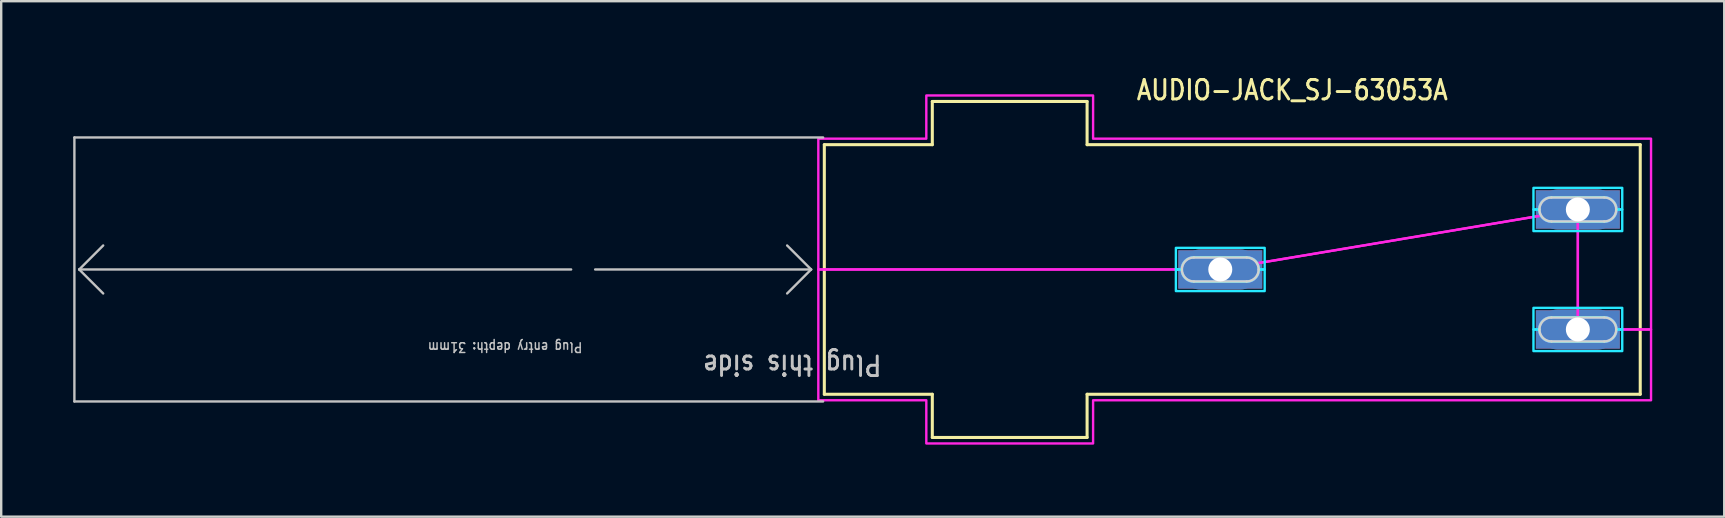
<source format=kicad_pcb>
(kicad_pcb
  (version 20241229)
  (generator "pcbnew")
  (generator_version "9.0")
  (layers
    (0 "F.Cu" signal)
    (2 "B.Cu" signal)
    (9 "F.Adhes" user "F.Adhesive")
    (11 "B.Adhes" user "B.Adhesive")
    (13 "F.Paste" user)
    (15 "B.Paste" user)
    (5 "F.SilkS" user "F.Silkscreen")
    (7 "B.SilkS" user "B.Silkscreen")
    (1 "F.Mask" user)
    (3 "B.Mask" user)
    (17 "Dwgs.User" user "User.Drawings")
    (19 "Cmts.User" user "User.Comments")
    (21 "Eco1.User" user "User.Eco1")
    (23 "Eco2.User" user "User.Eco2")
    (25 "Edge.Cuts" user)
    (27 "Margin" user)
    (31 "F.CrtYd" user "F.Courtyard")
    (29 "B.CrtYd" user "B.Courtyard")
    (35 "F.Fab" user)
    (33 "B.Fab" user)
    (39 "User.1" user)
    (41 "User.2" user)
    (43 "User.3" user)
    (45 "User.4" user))
  (footprint "AUDIO-JACK_SJ-63053A"
    (layer "F.Cu")
    (at 55.25 8.179)
    (property "Reference" "AUDIO-JACK_SJ-63053A" (at -11 -7 0) (unlocked yes) (layer "F.SilkS") (effects (font (size 0.813 0.695) (thickness 0.122)) (justify left bottom)))
    (fp_poly (pts (xy -9.2 -0.8) (xy -5.7 -0.8) (xy -5.7 0.8) (xy -9.2 0.8)) (stroke (width 0) (type solid)) (fill yes) (layer "F.Cu"))
    (fp_poly (pts (xy 5.7 -3.3) (xy 9.2 -3.3) (xy 9.2 -1.7) (xy 5.7 -1.7)) (stroke (width 0) (type solid)) (fill yes) (layer "F.Cu"))
    (fp_poly (pts (xy 5.7 1.7) (xy 9.2 1.7) (xy 9.2 3.3) (xy 5.7 3.3)) (stroke (width 0) (type solid)) (fill yes) (layer "F.Cu"))
    (fp_poly (pts (xy -9.3 -0.9) (xy -5.6 -0.9) (xy -5.6 0.9) (xy -9.3 0.9)) (stroke (width 0) (type solid)) (fill yes) (layer "F.Mask"))
    (fp_poly (pts (xy 5.6 -3.4) (xy 9.3 -3.4) (xy 9.3 -1.6) (xy 5.6 -1.6)) (stroke (width 0) (type solid)) (fill yes) (layer "F.Mask"))
    (fp_poly (pts (xy 5.6 1.6) (xy 9.3 1.6) (xy 9.3 3.4) (xy 5.6 3.4)) (stroke (width 0) (type solid)) (fill yes) (layer "F.Mask"))
    (fp_poly (pts (xy -9.2 -0.8) (xy -5.7 -0.8) (xy -5.7 0.8) (xy -9.2 0.8)) (stroke (width 0) (type solid)) (fill yes) (layer "B.Cu"))
    (fp_poly (pts (xy 5.7 -3.3) (xy 9.2 -3.3) (xy 9.2 -1.7) (xy 5.7 -1.7)) (stroke (width 0) (type solid)) (fill yes) (layer "B.Cu"))
    (fp_poly (pts (xy 5.7 1.7) (xy 9.2 1.7) (xy 9.2 3.3) (xy 5.7 3.3)) (stroke (width 0) (type solid)) (fill yes) (layer "B.Cu"))
    (fp_poly (pts (xy -9.3 -0.9) (xy -5.6 -0.9) (xy -5.6 0.9) (xy -9.3 0.9)) (stroke (width 0) (type solid)) (fill yes) (layer "B.Mask"))
    (fp_poly (pts (xy 5.6 -3.4) (xy 9.3 -3.4) (xy 9.3 -1.6) (xy 5.6 -1.6)) (stroke (width 0) (type solid)) (fill yes) (layer "B.Mask"))
    (fp_poly (pts (xy 5.6 1.6) (xy 9.3 1.6) (xy 9.3 3.4) (xy 5.6 3.4)) (stroke (width 0) (type solid)) (fill yes) (layer "B.Mask"))
    (fp_line (start -23.95 -5.2) (end -23.95 5.2) (stroke (width 0.127) (type solid)) (layer "F.SilkS"))
    (fp_line (start -23.95 -5.2) (end -19.45 -5.2) (stroke (width 0.127) (type solid)) (layer "F.SilkS"))
    (fp_line (start -19.45 -7) (end -13 -7) (stroke (width 0.127) (type solid)) (layer "F.SilkS"))
    (fp_line (start -19.45 -5.2) (end -19.45 -7) (stroke (width 0.127) (type solid)) (layer "F.SilkS"))
    (fp_line (start -19.45 5.2) (end -23.95 5.2) (stroke (width 0.127) (type solid)) (layer "F.SilkS"))
    (fp_line (start -19.45 7) (end -19.45 5.2) (stroke (width 0.127) (type solid)) (layer "F.SilkS"))
    (fp_line (start -13 -7) (end -13 -5.2) (stroke (width 0.127) (type solid)) (layer "F.SilkS"))
    (fp_line (start -13 -5.2) (end 10.05 -5.2) (stroke (width 0.127) (type solid)) (layer "F.SilkS"))
    (fp_line (start -13 5.2) (end -13 7) (stroke (width 0.127) (type solid)) (layer "F.SilkS"))
    (fp_line (start -13 7) (end -19.45 7) (stroke (width 0.127) (type solid)) (layer "F.SilkS"))
    (fp_line (start 10.05 -5.2) (end 10.05 5.2) (stroke (width 0.127) (type solid)) (layer "F.SilkS"))
    (fp_line (start 10.05 5.2) (end -13 5.2) (stroke (width 0.127) (type solid)) (layer "F.SilkS"))
    (fp_line (start -55.2 -5.5) (end -55.2 5.5) (stroke (width 0.1) (type solid)) (layer "Dwgs.User"))
    (fp_line (start -55.2 5.5) (end -24 5.5) (stroke (width 0.1) (type solid)) (layer "Dwgs.User"))
    (fp_line (start -55 0) (end -54 -1) (stroke (width 0.1) (type solid)) (layer "Dwgs.User"))
    (fp_line (start -55 0) (end -54 1) (stroke (width 0.1) (type solid)) (layer "Dwgs.User"))
    (fp_line (start -34.5 0) (end -55 0) (stroke (width 0.1) (type solid)) (layer "Dwgs.User"))
    (fp_line (start -24.5 0) (end -33.5 0) (stroke (width 0.1) (type solid)) (layer "Dwgs.User"))
    (fp_line (start -24.5 0) (end -25.5 -1) (stroke (width 0.1) (type solid)) (layer "Dwgs.User"))
    (fp_line (start -24.5 0) (end -25.5 1) (stroke (width 0.1) (type solid)) (layer "Dwgs.User"))
    (fp_line (start -24 -5.5) (end -55.2 -5.5) (stroke (width 0.1) (type solid)) (layer "Dwgs.User"))
    (fp_line (start -8.55 -0.5) (end -6.35 -0.5) (stroke (width 0.1) (type solid)) (layer "Edge.Cuts"))
    (fp_line (start -6.35 0.5) (end -8.55 0.5) (stroke (width 0.1) (type solid)) (layer "Edge.Cuts"))
    (fp_line (start 6.35 -3) (end 8.55 -3) (stroke (width 0.1) (type solid)) (layer "Edge.Cuts"))
    (fp_line (start 6.35 2) (end 8.55 2) (stroke (width 0.1) (type solid)) (layer "Edge.Cuts"))
    (fp_line (start 8.55 -2) (end 6.35 -2) (stroke (width 0.1) (type solid)) (layer "Edge.Cuts"))
    (fp_line (start 8.55 3) (end 6.35 3) (stroke (width 0.1) (type solid)) (layer "Edge.Cuts"))
    (fp_arc (start -9.05 0) (mid -8.903553 -0.353553) (end -8.55 -0.5) (stroke (width 0.1) (type solid)) (layer "Edge.Cuts"))
    (fp_arc (start -8.55 0.5) (mid -8.903553 0.353553) (end -9.05 0) (stroke (width 0.1) (type solid)) (layer "Edge.Cuts"))
    (fp_arc (start -6.35 -0.5) (mid -5.996447 -0.353553) (end -5.85 0) (stroke (width 0.1) (type solid)) (layer "Edge.Cuts"))
    (fp_arc (start -5.85 0) (mid -5.996447 0.353553) (end -6.35 0.5) (stroke (width 0.1) (type solid)) (layer "Edge.Cuts"))
    (fp_arc (start 5.85 -2.5) (mid 5.996447 -2.853553) (end 6.35 -3) (stroke (width 0.1) (type solid)) (layer "Edge.Cuts"))
    (fp_arc (start 5.85 2.5) (mid 5.996447 2.146447) (end 6.35 2) (stroke (width 0.1) (type solid)) (layer "Edge.Cuts"))
    (fp_arc (start 6.35 -2) (mid 5.996447 -2.146447) (end 5.85 -2.5) (stroke (width 0.1) (type solid)) (layer "Edge.Cuts"))
    (fp_arc (start 6.35 3) (mid 5.996447 2.853553) (end 5.85 2.5) (stroke (width 0.1) (type solid)) (layer "Edge.Cuts"))
    (fp_arc (start 8.55 -3) (mid 8.903553 -2.853553) (end 9.05 -2.5) (stroke (width 0.1) (type solid)) (layer "Edge.Cuts"))
    (fp_arc (start 8.55 2) (mid 8.903553 2.146447) (end 9.05 2.5) (stroke (width 0.1) (type solid)) (layer "Edge.Cuts"))
    (fp_arc (start 9.05 -2.5) (mid 8.903553 -2.146447) (end 8.55 -2) (stroke (width 0.1) (type solid)) (layer "Edge.Cuts"))
    (fp_arc (start 9.05 2.5) (mid 8.903553 2.853553) (end 8.55 3) (stroke (width 0.1) (type solid)) (layer "Edge.Cuts"))
    (fp_poly (pts (xy -5.6 -0.9) (xy -5.6 0) (xy -5.84 0) (xy -5.84 -0.000491) (xy -5.842 -0.05) (xy -5.843 -0.05) (xy -5.85 -0.099) (xy -5.85 -0.1) (xy -5.862 -0.148) (xy -5.862 -0.149) (xy -5.879 -0.195) (xy -5.879 -0.196) (xy -5.9 -0.24) (xy -5.9 -0.241) (xy -5.926 -0.283) (xy -5.926 -0.284) (xy -5.955 -0.323) (xy -5.956 -0.324) (xy -5.989 -0.36) (xy -5.99 -0.361) (xy -6.026 -0.394) (xy -6.027 -0.395) (xy -6.066 -0.424) (xy -6.067 -0.424) (xy -6.109 -0.45) (xy -6.11 -0.45) (xy -6.154 -0.471) (xy -6.155 -0.471) (xy -6.201 -0.488) (xy -6.202 -0.488) (xy -6.25 -0.5) (xy -6.251 -0.5) (xy -6.3 -0.507) (xy -6.301 -0.508) (xy -6.35 -0.51) (xy -6.35 -0.51) (xy -8.55 -0.51) (xy -8.55 -0.51) (xy -8.6 -0.508) (xy -8.6 -0.507) (xy -8.649 -0.5) (xy -8.65 -0.5) (xy -8.698 -0.488) (xy -8.699 -0.488) (xy -8.745 -0.471) (xy -8.746 -0.471) (xy -8.79 -0.45) (xy -8.791 -0.45) (xy -8.833 -0.424) (xy -8.834 -0.424) (xy -8.873 -0.395) (xy -8.874 -0.394) (xy -8.91 -0.361) (xy -8.911 -0.36) (xy -8.944 -0.324) (xy -8.945 -0.323) (xy -8.974 -0.284) (xy -8.974 -0.283) (xy -9 -0.241) (xy -9 -0.24) (xy -9.021 -0.196) (xy -9.021 -0.195) (xy -9.038 -0.149) (xy -9.038 -0.148) (xy -9.05 -0.1) (xy -9.05 -0.099) (xy -9.057 -0.05) (xy -9.058 -0.05) (xy -9.06 -0.000491) (xy -9.06 0) (xy -9.3 0) (xy -9.3 -0.9)) (stroke (width 0.1) (type solid)) (fill no) (layer "B.CrtYd"))
    (fp_poly (pts (xy -5.6 0) (xy -5.6 0.9) (xy -9.3 0.9) (xy -9.3 0) (xy -9.06 0) (xy -9.06 0.000491) (xy -9.058 0.05) (xy -9.057 0.05) (xy -9.05 0.099) (xy -9.05 0.1) (xy -9.038 0.148) (xy -9.038 0.149) (xy -9.021 0.195) (xy -9.021 0.196) (xy -9 0.24) (xy -9 0.241) (xy -8.974 0.283) (xy -8.974 0.284) (xy -8.945 0.323) (xy -8.944 0.324) (xy -8.911 0.36) (xy -8.91 0.361) (xy -8.874 0.394) (xy -8.873 0.395) (xy -8.834 0.424) (xy -8.833 0.424) (xy -8.791 0.45) (xy -8.79 0.45) (xy -8.746 0.471) (xy -8.745 0.471) (xy -8.699 0.488) (xy -8.698 0.488) (xy -8.65 0.5) (xy -8.649 0.5) (xy -8.6 0.507) (xy -8.6 0.508) (xy -8.55 0.51) (xy -8.55 0.51) (xy -6.35 0.51) (xy -6.35 0.51) (xy -6.301 0.508) (xy -6.3 0.507) (xy -6.251 0.5) (xy -6.25 0.5) (xy -6.202 0.488) (xy -6.201 0.488) (xy -6.155 0.471) (xy -6.154 0.471) (xy -6.11 0.45) (xy -6.109 0.45) (xy -6.067 0.424) (xy -6.066 0.424) (xy -6.027 0.395) (xy -6.026 0.394) (xy -5.99 0.361) (xy -5.989 0.36) (xy -5.956 0.324) (xy -5.955 0.323) (xy -5.926 0.284) (xy -5.926 0.283) (xy -5.9 0.241) (xy -5.9 0.24) (xy -5.879 0.196) (xy -5.879 0.195) (xy -5.862 0.149) (xy -5.862 0.148) (xy -5.85 0.1) (xy -5.85 0.099) (xy -5.843 0.05) (xy -5.842 0.05) (xy -5.84 0.000491) (xy -5.84 0)) (stroke (width 0.1) (type solid)) (fill no) (layer "B.CrtYd"))
    (fp_poly (pts (xy 9.3 -3.4) (xy 9.3 -2.5) (xy 9.06 -2.5) (xy 9.06 -2.5) (xy 9.058 -2.55) (xy 9.057 -2.55) (xy 9.05 -2.599) (xy 9.05 -2.6) (xy 9.038 -2.648) (xy 9.038 -2.649) (xy 9.021 -2.695) (xy 9.021 -2.696) (xy 9 -2.74) (xy 9 -2.741) (xy 8.974 -2.783) (xy 8.974 -2.784) (xy 8.945 -2.823) (xy 8.944 -2.824) (xy 8.911 -2.86) (xy 8.91 -2.861) (xy 8.874 -2.894) (xy 8.873 -2.895) (xy 8.834 -2.924) (xy 8.833 -2.924) (xy 8.791 -2.95) (xy 8.79 -2.95) (xy 8.746 -2.971) (xy 8.745 -2.971) (xy 8.699 -2.988) (xy 8.698 -2.988) (xy 8.65 -3) (xy 8.649 -3) (xy 8.6 -3.007) (xy 8.6 -3.008) (xy 8.55 -3.01) (xy 8.55 -3.01) (xy 6.35 -3.01) (xy 6.35 -3.01) (xy 6.301 -3.008) (xy 6.3 -3.007) (xy 6.251 -3) (xy 6.25 -3) (xy 6.202 -2.988) (xy 6.201 -2.988) (xy 6.155 -2.971) (xy 6.154 -2.971) (xy 6.11 -2.95) (xy 6.109 -2.95) (xy 6.067 -2.924) (xy 6.066 -2.924) (xy 6.027 -2.895) (xy 6.026 -2.894) (xy 5.99 -2.861) (xy 5.989 -2.86) (xy 5.956 -2.824) (xy 5.955 -2.823) (xy 5.926 -2.784) (xy 5.926 -2.783) (xy 5.9 -2.741) (xy 5.9 -2.74) (xy 5.879 -2.696) (xy 5.879 -2.695) (xy 5.862 -2.649) (xy 5.862 -2.648) (xy 5.85 -2.6) (xy 5.85 -2.599) (xy 5.843 -2.55) (xy 5.842 -2.55) (xy 5.84 -2.5) (xy 5.84 -2.5) (xy 5.6 -2.5) (xy 5.6 -3.4)) (stroke (width 0.1) (type solid)) (fill no) (layer "B.CrtYd"))
    (fp_poly (pts (xy 9.3 -2.5) (xy 9.3 -1.6) (xy 5.6 -1.6) (xy 5.6 -2.5) (xy 5.84 -2.5) (xy 5.84 -2.5) (xy 5.842 -2.45) (xy 5.843 -2.45) (xy 5.85 -2.401) (xy 5.85 -2.4) (xy 5.862 -2.352) (xy 5.862 -2.351) (xy 5.879 -2.305) (xy 5.879 -2.304) (xy 5.9 -2.26) (xy 5.9 -2.259) (xy 5.926 -2.217) (xy 5.926 -2.216) (xy 5.955 -2.177) (xy 5.956 -2.176) (xy 5.989 -2.14) (xy 5.99 -2.139) (xy 6.026 -2.106) (xy 6.027 -2.105) (xy 6.066 -2.076) (xy 6.067 -2.076) (xy 6.109 -2.05) (xy 6.11 -2.05) (xy 6.154 -2.029) (xy 6.155 -2.029) (xy 6.201 -2.012) (xy 6.202 -2.012) (xy 6.25 -2) (xy 6.251 -2) (xy 6.3 -1.993) (xy 6.301 -1.992) (xy 6.35 -1.99) (xy 6.35 -1.99) (xy 8.55 -1.99) (xy 8.55 -1.99) (xy 8.6 -1.992) (xy 8.6 -1.993) (xy 8.649 -2) (xy 8.65 -2) (xy 8.698 -2.012) (xy 8.699 -2.012) (xy 8.745 -2.029) (xy 8.746 -2.029) (xy 8.79 -2.05) (xy 8.791 -2.05) (xy 8.833 -2.076) (xy 8.834 -2.076) (xy 8.873 -2.105) (xy 8.874 -2.106) (xy 8.91 -2.139) (xy 8.911 -2.14) (xy 8.944 -2.176) (xy 8.945 -2.177) (xy 8.974 -2.216) (xy 8.974 -2.217) (xy 9 -2.259) (xy 9 -2.26) (xy 9.021 -2.304) (xy 9.021 -2.305) (xy 9.038 -2.351) (xy 9.038 -2.352) (xy 9.05 -2.4) (xy 9.05 -2.401) (xy 9.057 -2.45) (xy 9.058 -2.45) (xy 9.06 -2.5) (xy 9.06 -2.5)) (stroke (width 0.1) (type solid)) (fill no) (layer "B.CrtYd"))
    (fp_poly (pts (xy 9.3 1.6) (xy 9.3 2.5) (xy 9.06 2.5) (xy 9.06 2.5) (xy 9.058 2.45) (xy 9.057 2.45) (xy 9.05 2.401) (xy 9.05 2.4) (xy 9.038 2.352) (xy 9.038 2.351) (xy 9.021 2.305) (xy 9.021 2.304) (xy 9 2.26) (xy 9 2.259) (xy 8.974 2.217) (xy 8.974 2.216) (xy 8.945 2.177) (xy 8.944 2.176) (xy 8.911 2.14) (xy 8.91 2.139) (xy 8.874 2.106) (xy 8.873 2.105) (xy 8.834 2.076) (xy 8.833 2.076) (xy 8.791 2.05) (xy 8.79 2.05) (xy 8.746 2.029) (xy 8.745 2.029) (xy 8.699 2.012) (xy 8.698 2.012) (xy 8.65 2) (xy 8.649 2) (xy 8.6 1.993) (xy 8.6 1.992) (xy 8.55 1.99) (xy 8.55 1.99) (xy 6.35 1.99) (xy 6.35 1.99) (xy 6.301 1.992) (xy 6.3 1.993) (xy 6.251 2) (xy 6.25 2) (xy 6.202 2.012) (xy 6.201 2.012) (xy 6.155 2.029) (xy 6.154 2.029) (xy 6.11 2.05) (xy 6.109 2.05) (xy 6.067 2.076) (xy 6.066 2.076) (xy 6.027 2.105) (xy 6.026 2.106) (xy 5.99 2.139) (xy 5.989 2.14) (xy 5.956 2.176) (xy 5.955 2.177) (xy 5.926 2.216) (xy 5.926 2.217) (xy 5.9 2.259) (xy 5.9 2.26) (xy 5.879 2.304) (xy 5.879 2.305) (xy 5.862 2.351) (xy 5.862 2.352) (xy 5.85 2.4) (xy 5.85 2.401) (xy 5.843 2.45) (xy 5.842 2.45) (xy 5.84 2.5) (xy 5.84 2.5) (xy 5.6 2.5) (xy 5.6 1.6)) (stroke (width 0.1) (type solid)) (fill no) (layer "B.CrtYd"))
    (fp_poly (pts (xy 9.3 2.5) (xy 9.3 3.4) (xy 5.6 3.4) (xy 5.6 2.5) (xy 5.84 2.5) (xy 5.84 2.5) (xy 5.842 2.55) (xy 5.843 2.55) (xy 5.85 2.599) (xy 5.85 2.6) (xy 5.862 2.648) (xy 5.862 2.649) (xy 5.879 2.695) (xy 5.879 2.696) (xy 5.9 2.74) (xy 5.9 2.741) (xy 5.926 2.783) (xy 5.926 2.784) (xy 5.955 2.823) (xy 5.956 2.824) (xy 5.989 2.86) (xy 5.99 2.861) (xy 6.026 2.894) (xy 6.027 2.895) (xy 6.066 2.924) (xy 6.067 2.924) (xy 6.109 2.95) (xy 6.11 2.95) (xy 6.154 2.971) (xy 6.155 2.971) (xy 6.201 2.988) (xy 6.202 2.988) (xy 6.25 3) (xy 6.251 3) (xy 6.3 3.007) (xy 6.301 3.008) (xy 6.35 3.01) (xy 6.35 3.01) (xy 8.55 3.01) (xy 8.55 3.01) (xy 8.6 3.008) (xy 8.6 3.007) (xy 8.649 3) (xy 8.65 3) (xy 8.698 2.988) (xy 8.699 2.988) (xy 8.745 2.971) (xy 8.746 2.971) (xy 8.79 2.95) (xy 8.791 2.95) (xy 8.833 2.924) (xy 8.834 2.924) (xy 8.873 2.895) (xy 8.874 2.894) (xy 8.91 2.861) (xy 8.911 2.86) (xy 8.944 2.824) (xy 8.945 2.823) (xy 8.974 2.784) (xy 8.974 2.783) (xy 9 2.741) (xy 9 2.74) (xy 9.021 2.696) (xy 9.021 2.695) (xy 9.038 2.649) (xy 9.038 2.648) (xy 9.05 2.6) (xy 9.05 2.599) (xy 9.057 2.55) (xy 9.058 2.55) (xy 9.06 2.5) (xy 9.06 2.5)) (stroke (width 0.1) (type solid)) (fill no) (layer "B.CrtYd"))
    (fp_poly (pts (xy -19.7 -5.45) (xy -19.7 -7.25) (xy -12.75 -7.25) (xy -12.75 -5.45) (xy 10.5 -5.45) (xy 10.5 2.5) (xy 9.06 2.5) (xy 9.06 2.5) (xy 9.058 2.45) (xy 9.057 2.45) (xy 9.05 2.401) (xy 9.05 2.4) (xy 9.038 2.352) (xy 9.038 2.351) (xy 9.021 2.305) (xy 9.021 2.304) (xy 9 2.26) (xy 9 2.259) (xy 8.974 2.217) (xy 8.974 2.216) (xy 8.945 2.177) (xy 8.944 2.176) (xy 8.911 2.14) (xy 8.91 2.139) (xy 8.874 2.106) (xy 8.873 2.105) (xy 8.834 2.076) (xy 8.833 2.076) (xy 8.791 2.05) (xy 8.79 2.05) (xy 8.746 2.029) (xy 8.745 2.029) (xy 8.699 2.012) (xy 8.698 2.012) (xy 8.65 2) (xy 8.649 2) (xy 8.6 1.993) (xy 8.6 1.992) (xy 8.55 1.99) (xy 8.55 1.99) (xy 7.45 1.99) (xy 7.45 -1.99) (xy 8.55 -1.99) (xy 8.55 -1.99) (xy 8.6 -1.992) (xy 8.6 -1.993) (xy 8.649 -2) (xy 8.65 -2) (xy 8.698 -2.012) (xy 8.699 -2.012) (xy 8.745 -2.029) (xy 8.746 -2.029) (xy 8.79 -2.05) (xy 8.791 -2.05) (xy 8.833 -2.076) (xy 8.834 -2.076) (xy 8.873 -2.105) (xy 8.874 -2.106) (xy 8.91 -2.139) (xy 8.911 -2.14) (xy 8.944 -2.176) (xy 8.945 -2.177) (xy 8.974 -2.216) (xy 8.974 -2.217) (xy 9 -2.259) (xy 9 -2.26) (xy 9.021 -2.304) (xy 9.021 -2.305) (xy 9.038 -2.351) (xy 9.038 -2.352) (xy 9.05 -2.4) (xy 9.05 -2.401) (xy 9.057 -2.45) (xy 9.058 -2.45) (xy 9.06 -2.5) (xy 9.06 -2.5) (xy 9.058 -2.55) (xy 9.057 -2.55) (xy 9.05 -2.599) (xy 9.05 -2.6) (xy 9.038 -2.648) (xy 9.038 -2.649) (xy 9.021 -2.695) (xy 9.021 -2.696) (xy 9 -2.74) (xy 9 -2.741) (xy 8.974 -2.783) (xy 8.974 -2.784) (xy 8.945 -2.823) (xy 8.944 -2.824) (xy 8.911 -2.86) (xy 8.91 -2.861) (xy 8.874 -2.894) (xy 8.873 -2.895) (xy 8.834 -2.924) (xy 8.833 -2.924) (xy 8.791 -2.95) (xy 8.79 -2.95) (xy 8.746 -2.971) (xy 8.745 -2.971) (xy 8.699 -2.988) (xy 8.698 -2.988) (xy 8.65 -3) (xy 8.649 -3) (xy 8.6 -3.007) (xy 8.6 -3.008) (xy 8.55 -3.01) (xy 8.55 -3.01) (xy 6.35 -3.01) (xy 6.35 -3.01) (xy 6.301 -3.008) (xy 6.3 -3.007) (xy 6.251 -3) (xy 6.25 -3) (xy 6.202 -2.988) (xy 6.201 -2.988) (xy 6.155 -2.971) (xy 6.154 -2.971) (xy 6.11 -2.95) (xy 6.109 -2.95) (xy 6.067 -2.924) (xy 6.066 -2.924) (xy 6.027 -2.895) (xy 6.026 -2.894) (xy 5.99 -2.861) (xy 5.989 -2.86) (xy 5.956 -2.824) (xy 5.955 -2.823) (xy 5.926 -2.784) (xy 5.926 -2.783) (xy 5.9 -2.741) (xy 5.9 -2.74) (xy 5.879 -2.696) (xy 5.879 -2.695) (xy 5.862 -2.649) (xy 5.862 -2.648) (xy 5.85 -2.6) (xy 5.85 -2.599) (xy 5.843 -2.55) (xy 5.842 -2.55) (xy 5.84 -2.5) (xy 5.84 -2.5) (xy 5.842 -2.45) (xy 5.843 -2.45) (xy 5.85 -2.401) (xy 5.85 -2.4) (xy 5.862 -2.352) (xy 5.862 -2.351) (xy 5.879 -2.305) (xy 5.879 -2.304) (xy 5.9 -2.26) (xy 5.9 -2.259) (xy 5.911 -2.242) (xy -5.911 -0.258) (xy -5.926 -0.283) (xy -5.926 -0.284) (xy -5.955 -0.323) (xy -5.956 -0.324) (xy -5.989 -0.36) (xy -5.99 -0.361) (xy -6.026 -0.394) (xy -6.027 -0.395) (xy -6.066 -0.424) (xy -6.067 -0.424) (xy -6.109 -0.45) (xy -6.11 -0.45) (xy -6.154 -0.471) (xy -6.155 -0.471) (xy -6.201 -0.488) (xy -6.202 -0.488) (xy -6.25 -0.5) (xy -6.251 -0.5) (xy -6.3 -0.507) (xy -6.301 -0.508) (xy -6.35 -0.51) (xy -6.35 -0.51) (xy -8.55 -0.51) (xy -8.55 -0.51) (xy -8.6 -0.508) (xy -8.6 -0.507) (xy -8.649 -0.5) (xy -8.65 -0.5) (xy -8.698 -0.488) (xy -8.699 -0.488) (xy -8.745 -0.471) (xy -8.746 -0.471) (xy -8.79 -0.45) (xy -8.791 -0.45) (xy -8.833 -0.424) (xy -8.834 -0.424) (xy -8.873 -0.395) (xy -8.874 -0.394) (xy -8.91 -0.361) (xy -8.911 -0.36) (xy -8.944 -0.324) (xy -8.945 -0.323) (xy -8.974 -0.284) (xy -8.974 -0.283) (xy -9 -0.241) (xy -9 -0.24) (xy -9.021 -0.196) (xy -9.021 -0.195) (xy -9.038 -0.149) (xy -9.038 -0.148) (xy -9.05 -0.1) (xy -9.05 -0.099) (xy -9.057 -0.05) (xy -9.058 -0.05) (xy -9.06 -0.000491) (xy -9.06 0) (xy -24.2 0) (xy -24.2 -5.45)) (stroke (width 0.1) (type solid)) (fill no) (layer "F.CrtYd"))
    (fp_poly (pts (xy 10.5 2.5) (xy 10.5 5.45) (xy -12.75 5.45) (xy -12.75 7.25) (xy -19.7 7.25) (xy -19.7 5.45) (xy -24.2 5.45) (xy -24.2 0) (xy -9.06 0) (xy -9.06 0.000491) (xy -9.058 0.05) (xy -9.057 0.05) (xy -9.05 0.099) (xy -9.05 0.1) (xy -9.038 0.148) (xy -9.038 0.149) (xy -9.021 0.195) (xy -9.021 0.196) (xy -9 0.24) (xy -9 0.241) (xy -8.974 0.283) (xy -8.974 0.284) (xy -8.945 0.323) (xy -8.944 0.324) (xy -8.911 0.36) (xy -8.91 0.361) (xy -8.874 0.394) (xy -8.873 0.395) (xy -8.834 0.424) (xy -8.833 0.424) (xy -8.791 0.45) (xy -8.79 0.45) (xy -8.746 0.471) (xy -8.745 0.471) (xy -8.699 0.488) (xy -8.698 0.488) (xy -8.65 0.5) (xy -8.649 0.5) (xy -8.6 0.507) (xy -8.6 0.508) (xy -8.55 0.51) (xy -8.55 0.51) (xy -6.35 0.51) (xy -6.35 0.51) (xy -6.301 0.508) (xy -6.3 0.507) (xy -6.251 0.5) (xy -6.25 0.5) (xy -6.202 0.488) (xy -6.201 0.488) (xy -6.155 0.471) (xy -6.154 0.471) (xy -6.11 0.45) (xy -6.109 0.45) (xy -6.067 0.424) (xy -6.066 0.424) (xy -6.027 0.395) (xy -6.026 0.394) (xy -5.99 0.361) (xy -5.989 0.36) (xy -5.956 0.324) (xy -5.955 0.323) (xy -5.926 0.284) (xy -5.926 0.283) (xy -5.9 0.241) (xy -5.9 0.24) (xy -5.879 0.196) (xy -5.879 0.195) (xy -5.862 0.149) (xy -5.862 0.148) (xy -5.85 0.1) (xy -5.85 0.099) (xy -5.843 0.05) (xy -5.842 0.05) (xy -5.84 0.000491) (xy -5.84 -0.000491) (xy -5.842 -0.05) (xy -5.843 -0.05) (xy -5.85 -0.099) (xy -5.85 -0.1) (xy -5.862 -0.148) (xy -5.862 -0.149) (xy -5.879 -0.195) (xy -5.879 -0.196) (xy -5.9 -0.24) (xy -5.9 -0.241) (xy -5.911 -0.258) (xy 5.911 -2.242) (xy 5.926 -2.217) (xy 5.926 -2.216) (xy 5.955 -2.177) (xy 5.956 -2.176) (xy 5.989 -2.14) (xy 5.99 -2.139) (xy 6.026 -2.106) (xy 6.027 -2.105) (xy 6.066 -2.076) (xy 6.067 -2.076) (xy 6.109 -2.05) (xy 6.11 -2.05) (xy 6.154 -2.029) (xy 6.155 -2.029) (xy 6.201 -2.012) (xy 6.202 -2.012) (xy 6.25 -2) (xy 6.251 -2) (xy 6.3 -1.993) (xy 6.301 -1.992) (xy 6.35 -1.99) (xy 6.35 -1.99) (xy 7.45 -1.99) (xy 7.45 1.99) (xy 6.35 1.99) (xy 6.35 1.99) (xy 6.301 1.992) (xy 6.3 1.993) (xy 6.251 2) (xy 6.25 2) (xy 6.202 2.012) (xy 6.201 2.012) (xy 6.155 2.029) (xy 6.154 2.029) (xy 6.11 2.05) (xy 6.109 2.05) (xy 6.067 2.076) (xy 6.066 2.076) (xy 6.027 2.105) (xy 6.026 2.106) (xy 5.99 2.139) (xy 5.989 2.14) (xy 5.956 2.176) (xy 5.955 2.177) (xy 5.926 2.216) (xy 5.926 2.217) (xy 5.9 2.259) (xy 5.9 2.26) (xy 5.879 2.304) (xy 5.879 2.305) (xy 5.862 2.351) (xy 5.862 2.352) (xy 5.85 2.4) (xy 5.85 2.401) (xy 5.843 2.45) (xy 5.842 2.45) (xy 5.84 2.5) (xy 5.84 2.5) (xy 5.842 2.55) (xy 5.843 2.55) (xy 5.85 2.599) (xy 5.85 2.6) (xy 5.862 2.648) (xy 5.862 2.649) (xy 5.879 2.695) (xy 5.879 2.696) (xy 5.9 2.74) (xy 5.9 2.741) (xy 5.926 2.783) (xy 5.926 2.784) (xy 5.955 2.823) (xy 5.956 2.824) (xy 5.989 2.86) (xy 5.99 2.861) (xy 6.026 2.894) (xy 6.027 2.895) (xy 6.066 2.924) (xy 6.067 2.924) (xy 6.109 2.95) (xy 6.11 2.95) (xy 6.154 2.971) (xy 6.155 2.971) (xy 6.201 2.988) (xy 6.202 2.988) (xy 6.25 3) (xy 6.251 3) (xy 6.3 3.007) (xy 6.301 3.008) (xy 6.35 3.01) (xy 6.35 3.01) (xy 8.55 3.01) (xy 8.55 3.01) (xy 8.6 3.008) (xy 8.6 3.007) (xy 8.649 3) (xy 8.65 3) (xy 8.698 2.988) (xy 8.699 2.988) (xy 8.745 2.971) (xy 8.746 2.971) (xy 8.79 2.95) (xy 8.791 2.95) (xy 8.833 2.924) (xy 8.834 2.924) (xy 8.873 2.895) (xy 8.874 2.894) (xy 8.91 2.861) (xy 8.911 2.86) (xy 8.944 2.824) (xy 8.945 2.823) (xy 8.974 2.784) (xy 8.974 2.783) (xy 9 2.741) (xy 9 2.74) (xy 9.021 2.696) (xy 9.021 2.695) (xy 9.038 2.649) (xy 9.038 2.648) (xy 9.05 2.6) (xy 9.05 2.599) (xy 9.057 2.55) (xy 9.058 2.55) (xy 9.06 2.5) (xy 9.06 2.5)) (stroke (width 0.1) (type solid)) (fill no) (layer "F.CrtYd"))
    (fp_text user "Plug this side" (at -21.5 3.5 180) (unlocked yes) (layer "Dwgs.User") (effects (font (size 0.813 0.695) (thickness 0.122)) (justify left bottom)))
    (fp_text user "Plug entry depth: 31mm" (at -34 3 180) (unlocked yes) (layer "Dwgs.User") (effects (font (size 0.406 0.347) (thickness 0.061)) (justify left bottom)))
    (pad "1" thru_hole oval (at -7.45 0) (size 3.333 1.667) (drill 1) (layers "*.Cu"))
    (pad "2" thru_hole oval (at 7.45 2.5) (size 3.333 1.667) (drill 1) (layers "*.Cu"))
    (pad "3" thru_hole oval (at 7.45 -2.5) (size 3.333 1.667) (drill 1) (layers "*.Cu")))
  (gr_rect
    (start -3 -3)
    (end 68.8 18.479)
    (stroke (width 0.1) (type default))
    (fill no)
    (layer "Edge.Cuts")))
</source>
